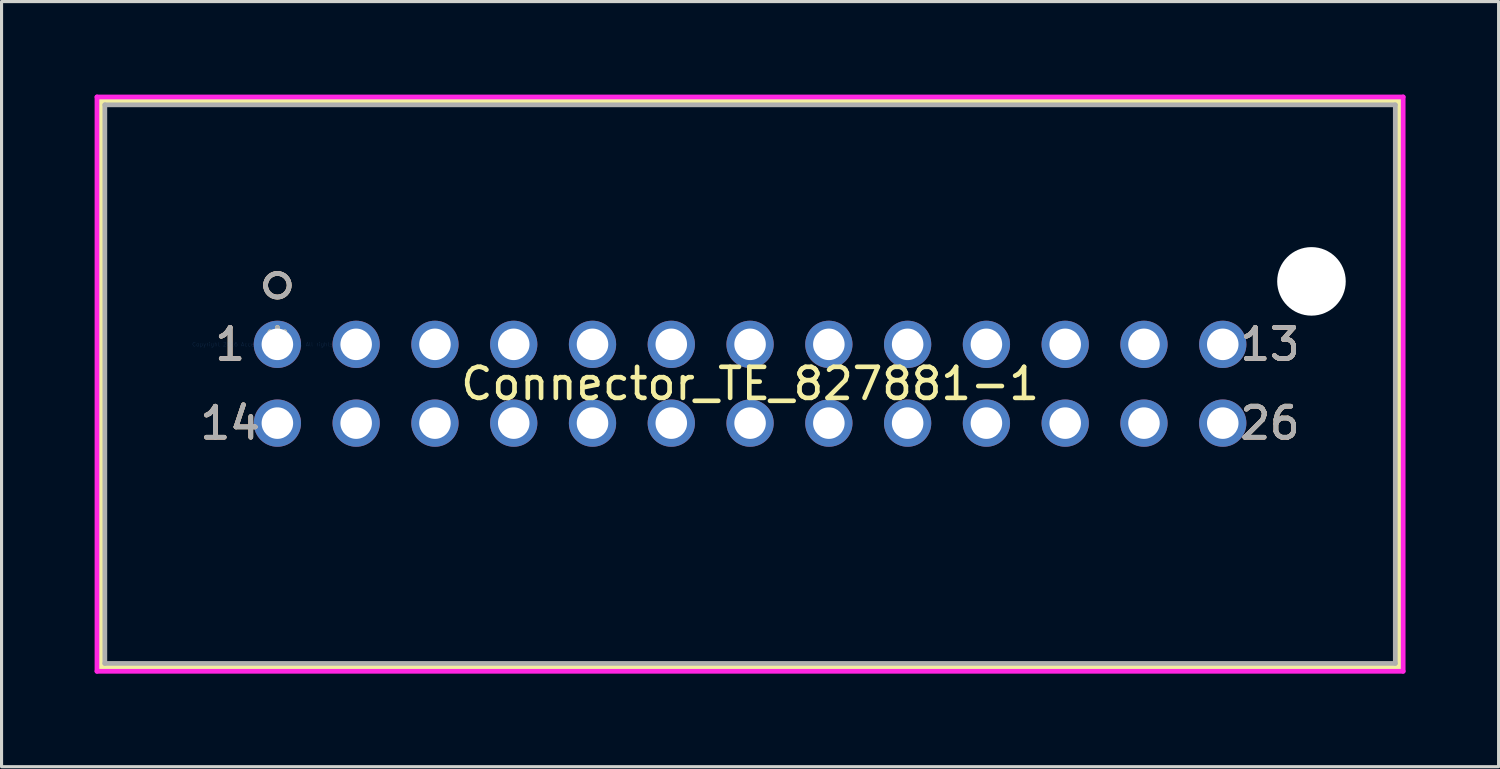
<source format=kicad_pcb>
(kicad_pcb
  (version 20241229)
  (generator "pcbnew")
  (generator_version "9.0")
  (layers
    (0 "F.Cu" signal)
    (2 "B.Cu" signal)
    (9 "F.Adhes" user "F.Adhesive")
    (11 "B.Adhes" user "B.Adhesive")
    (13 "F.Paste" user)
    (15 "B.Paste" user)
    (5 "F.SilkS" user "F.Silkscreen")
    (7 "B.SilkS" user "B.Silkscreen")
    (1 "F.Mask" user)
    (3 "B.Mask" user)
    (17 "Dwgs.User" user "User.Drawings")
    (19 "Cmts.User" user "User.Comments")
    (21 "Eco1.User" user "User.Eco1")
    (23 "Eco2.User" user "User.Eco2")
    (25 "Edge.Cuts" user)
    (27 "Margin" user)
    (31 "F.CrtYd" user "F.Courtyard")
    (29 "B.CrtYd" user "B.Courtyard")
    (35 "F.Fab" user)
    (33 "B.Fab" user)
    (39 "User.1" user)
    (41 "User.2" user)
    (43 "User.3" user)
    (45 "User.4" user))
  (footprint "Connector_TE_827881-1"
    (layer "F.Cu")
    (at 5.893 8.052)
    (property "Reference" "Connector_TE_827881-1" (at 15.24 1.27 0) (layer "F.SilkS") (effects (font (size 1 1) (thickness 0.15))))
    (attr through_hole)
    (fp_line (start -5.69 -7.849) (end -5.69 10.414) (stroke (width 0.152) (type solid)) (layer "F.SilkS"))
    (fp_line (start -5.69 10.414) (end 36.17 10.414) (stroke (width 0.152) (type solid)) (layer "F.SilkS"))
    (fp_line (start 36.17 -7.849) (end -5.69 -7.849) (stroke (width 0.152) (type solid)) (layer "F.SilkS"))
    (fp_line (start 36.17 10.414) (end 36.17 -7.849) (stroke (width 0.152) (type solid)) (layer "F.SilkS"))
    (fp_circle (center 0 -1.905) (end 0.381 -1.905) (stroke (width 0.152) (type solid)) (fill no) (layer "F.SilkS"))
    (fp_circle (center 0 -1.905) (end 0.381 -1.905) (stroke (width 0.152) (type solid)) (fill no) (layer "B.SilkS"))
    (fp_line (start -5.817 -7.976) (end -5.817 10.541) (stroke (width 0.152) (type solid)) (layer "F.CrtYd"))
    (fp_line (start -5.817 10.541) (end 36.297 10.541) (stroke (width 0.152) (type solid)) (layer "F.CrtYd"))
    (fp_line (start 36.297 -7.976) (end -5.817 -7.976) (stroke (width 0.152) (type solid)) (layer "F.CrtYd"))
    (fp_line (start 36.297 10.541) (end 36.297 -7.976) (stroke (width 0.152) (type solid)) (layer "F.CrtYd"))
    (fp_line (start -5.563 -7.722) (end -5.563 10.287) (stroke (width 0.152) (type solid)) (layer "F.Fab"))
    (fp_line (start -5.563 10.287) (end 36.043 10.287) (stroke (width 0.152) (type solid)) (layer "F.Fab"))
    (fp_line (start 36.043 -7.722) (end -5.563 -7.722) (stroke (width 0.152) (type solid)) (layer "F.Fab"))
    (fp_line (start 36.043 10.287) (end 36.043 -7.722) (stroke (width 0.152) (type solid)) (layer "F.Fab"))
    (fp_circle (center 0 -1.905) (end 0.381 -1.905) (stroke (width 0.152) (type solid)) (fill no) (layer "F.Fab"))
    (fp_text user "26" (at 32.004 2.54 0) (layer "F.SilkS") (effects (font (size 1 1) (thickness 0.15))))
    (fp_text user "1" (at -1.524 0 0) (layer "F.SilkS") (effects (font (size 1 1) (thickness 0.15))))
    (fp_text user "13" (at 32.004 0 0) (layer "F.SilkS") (effects (font (size 1 1) (thickness 0.15))))
    (fp_text user "*" (at 0 0 0) (layer "F.SilkS") (effects (font (size 1 1) (thickness 0.15))))
    (fp_text user "14" (at -1.524 2.54 0) (layer "F.SilkS") (effects (font (size 1 1) (thickness 0.15))))
    (fp_text user "14" (at -1.524 2.54 0) (layer "B.SilkS") (effects (font (size 1 1) (thickness 0.15))))
    (fp_text user "13" (at 32.004 0 0) (layer "B.SilkS") (effects (font (size 1 1) (thickness 0.15))))
    (fp_text user "26" (at 32.004 2.54 0) (layer "B.SilkS") (effects (font (size 1 1) (thickness 0.15))))
    (fp_text user "1" (at -1.524 0 0) (layer "B.SilkS") (effects (font (size 1 1) (thickness 0.15))))
    (fp_text user "Copyright 2016 Accelerated Designs. All rights reserved." (at 0 0 0) (layer "Cmts.User") (effects (font (size 0.127 0.127) (thickness 0.002))))
    (fp_text user "1" (at -1.524 0 0) (layer "F.Fab") (effects (font (size 1 1) (thickness 0.15))))
    (fp_text user "*" (at 0 0 0) (layer "F.Fab") (effects (font (size 1 1) (thickness 0.15))))
    (fp_text user "14" (at -1.524 2.54 0) (layer "F.Fab") (effects (font (size 1 1) (thickness 0.15))))
    (fp_text user "26" (at 32.004 2.54 0) (layer "F.Fab") (effects (font (size 1 1) (thickness 0.15))))
    (fp_text user "13" (at 32.004 0 0) (layer "F.Fab") (effects (font (size 1 1) (thickness 0.15))))
    (pad "" np_thru_hole circle (at 33.34 -2.03) (size 2.21 2.21) (drill 2.21) (layers "*.Cu" "*.Mask"))
    (pad "1" thru_hole circle (at 0 0) (size 1.524 1.524) (drill 1.016) (layers "*.Cu" "*.Mask"))
    (pad "2" thru_hole circle (at 2.54 0) (size 1.524 1.524) (drill 1.016) (layers "*.Cu" "*.Mask"))
    (pad "3" thru_hole circle (at 5.08 0) (size 1.524 1.524) (drill 1.016) (layers "*.Cu" "*.Mask"))
    (pad "4" thru_hole circle (at 7.62 0) (size 1.524 1.524) (drill 1.016) (layers "*.Cu" "*.Mask"))
    (pad "5" thru_hole circle (at 10.16 0) (size 1.524 1.524) (drill 1.016) (layers "*.Cu" "*.Mask"))
    (pad "6" thru_hole circle (at 12.7 0) (size 1.524 1.524) (drill 1.016) (layers "*.Cu" "*.Mask"))
    (pad "7" thru_hole circle (at 15.24 0) (size 1.524 1.524) (drill 1.016) (layers "*.Cu" "*.Mask"))
    (pad "8" thru_hole circle (at 17.78 0) (size 1.524 1.524) (drill 1.016) (layers "*.Cu" "*.Mask"))
    (pad "9" thru_hole circle (at 20.32 0) (size 1.524 1.524) (drill 1.016) (layers "*.Cu" "*.Mask"))
    (pad "10" thru_hole circle (at 22.86 0) (size 1.524 1.524) (drill 1.016) (layers "*.Cu" "*.Mask"))
    (pad "11" thru_hole circle (at 25.4 0) (size 1.524 1.524) (drill 1.016) (layers "*.Cu" "*.Mask"))
    (pad "12" thru_hole circle (at 27.94 0) (size 1.524 1.524) (drill 1.016) (layers "*.Cu" "*.Mask"))
    (pad "13" thru_hole circle (at 30.48 0) (size 1.524 1.524) (drill 1.016) (layers "*.Cu" "*.Mask"))
    (pad "14" thru_hole circle (at 0 2.54) (size 1.524 1.524) (drill 1.016) (layers "*.Cu" "*.Mask"))
    (pad "15" thru_hole circle (at 2.54 2.54) (size 1.524 1.524) (drill 1.016) (layers "*.Cu" "*.Mask"))
    (pad "16" thru_hole circle (at 5.08 2.54) (size 1.524 1.524) (drill 1.016) (layers "*.Cu" "*.Mask"))
    (pad "17" thru_hole circle (at 7.62 2.54) (size 1.524 1.524) (drill 1.016) (layers "*.Cu" "*.Mask"))
    (pad "18" thru_hole circle (at 10.16 2.54) (size 1.524 1.524) (drill 1.016) (layers "*.Cu" "*.Mask"))
    (pad "19" thru_hole circle (at 12.7 2.54) (size 1.524 1.524) (drill 1.016) (layers "*.Cu" "*.Mask"))
    (pad "20" thru_hole circle (at 15.24 2.54) (size 1.524 1.524) (drill 1.016) (layers "*.Cu" "*.Mask"))
    (pad "21" thru_hole circle (at 17.78 2.54) (size 1.524 1.524) (drill 1.016) (layers "*.Cu" "*.Mask"))
    (pad "22" thru_hole circle (at 20.32 2.54) (size 1.524 1.524) (drill 1.016) (layers "*.Cu" "*.Mask"))
    (pad "23" thru_hole circle (at 22.86 2.54) (size 1.524 1.524) (drill 1.016) (layers "*.Cu" "*.Mask"))
    (pad "24" thru_hole circle (at 25.4 2.54) (size 1.524 1.524) (drill 1.016) (layers "*.Cu" "*.Mask"))
    (pad "25" thru_hole circle (at 27.94 2.54) (size 1.524 1.524) (drill 1.016) (layers "*.Cu" "*.Mask"))
    (pad "26" thru_hole circle (at 30.48 2.54) (size 1.524 1.524) (drill 1.016) (layers "*.Cu" "*.Mask")))
  (gr_rect
    (start -3 -3)
    (end 45.266 21.669)
    (stroke (width 0.1) (type default))
    (fill no)
    (layer "Edge.Cuts")))
</source>
